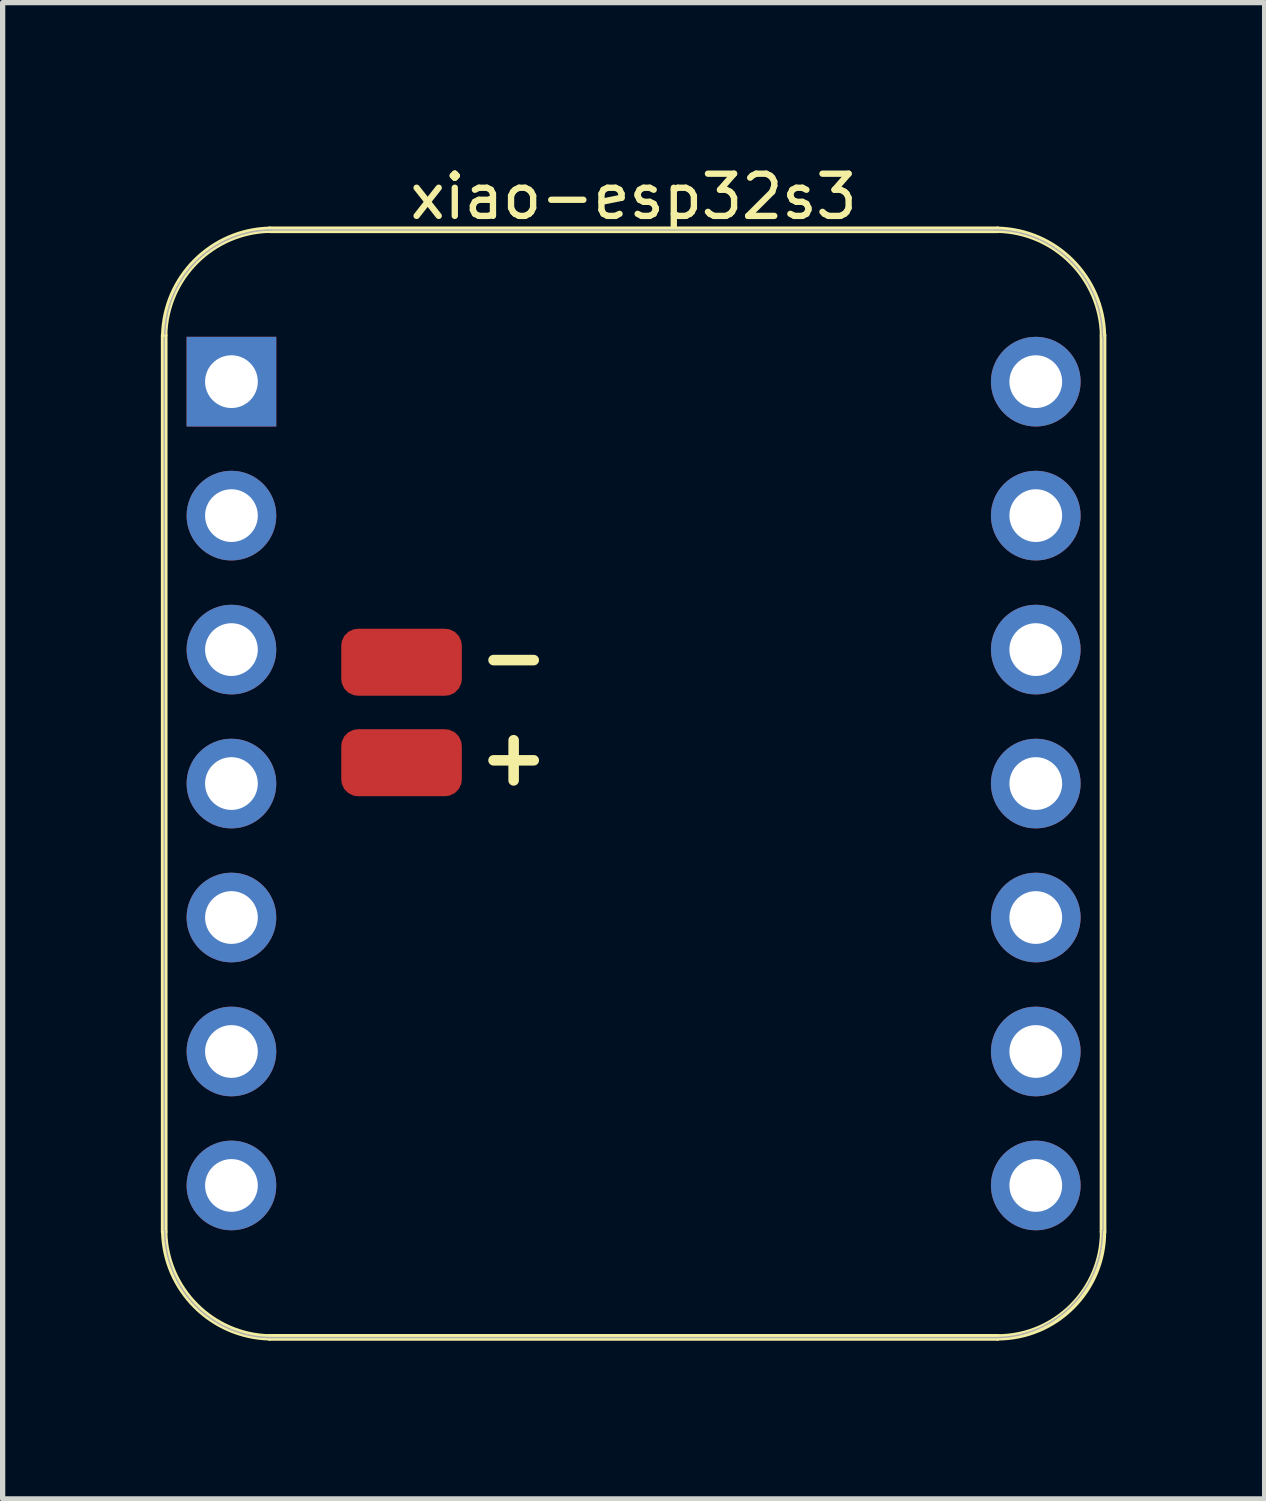
<source format=kicad_pcb>
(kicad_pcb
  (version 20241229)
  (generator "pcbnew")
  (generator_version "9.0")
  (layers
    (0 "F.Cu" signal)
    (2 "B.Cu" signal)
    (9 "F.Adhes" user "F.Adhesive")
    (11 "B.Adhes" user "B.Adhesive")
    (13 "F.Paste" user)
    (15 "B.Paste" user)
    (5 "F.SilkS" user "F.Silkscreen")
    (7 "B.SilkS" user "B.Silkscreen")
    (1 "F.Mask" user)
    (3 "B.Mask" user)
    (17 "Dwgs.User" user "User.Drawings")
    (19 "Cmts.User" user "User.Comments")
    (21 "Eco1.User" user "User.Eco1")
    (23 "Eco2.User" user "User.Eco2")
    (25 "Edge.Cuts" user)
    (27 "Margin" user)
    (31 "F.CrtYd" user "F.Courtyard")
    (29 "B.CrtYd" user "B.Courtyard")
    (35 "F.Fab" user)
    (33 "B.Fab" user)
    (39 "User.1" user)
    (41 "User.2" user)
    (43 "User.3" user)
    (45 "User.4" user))
  (footprint "xiao-esp32s3"
    (layer "F.Cu")
    (at 8.963 11.806)
    (property "Reference" "xiao-esp32s3" (at 0 -11.127 0) (layer "F.SilkS") (effects (font (size 0.8 0.8) (thickness 0.12) (bold yes))))
    (attr smd)
    (fp_line (start -8.9 -8.5) (end -8.9 8.5) (stroke (width 0.127) (type solid)) (layer "F.SilkS"))
    (fp_line (start -6.9 10.5) (end 6.9 10.5) (stroke (width 0.127) (type solid)) (layer "F.SilkS"))
    (fp_line (start 6.9 -10.499) (end -6.9 -10.499) (stroke (width 0.127) (type solid)) (layer "F.SilkS"))
    (fp_line (start 8.9 8.5) (end 8.9 -8.5) (stroke (width 0.127) (type solid)) (layer "F.SilkS"))
    (fp_arc (start -8.9 -8.5) (mid -8.301491 -9.901491) (end -6.9 -10.5) (stroke (width 0.12) (type solid)) (layer "F.SilkS"))
    (fp_arc (start -6.9 10.5) (mid -8.301423 9.901423) (end -8.9 8.5) (stroke (width 0.12) (type solid)) (layer "F.SilkS"))
    (fp_arc (start 6.9 -10.5) (mid 8.301494 -9.901494) (end 8.9 -8.5) (stroke (width 0.12) (type solid)) (layer "F.SilkS"))
    (fp_arc (start 8.9 8.5) (mid 8.314214 9.914214) (end 6.9 10.5) (stroke (width 0.12) (type solid)) (layer "F.SilkS"))
    (fp_poly (pts (xy -8.888 -8.562) (xy -8.885 -8.61) (xy -8.881 -8.659)) (stroke (width 0.025) (type solid)) (fill no) (layer "F.SilkS"))
    (fp_poly (pts (xy 8.889 8.522) (xy 8.888 8.571) (xy 8.885 8.62) (xy 8.881 8.669) (xy 8.875 8.717) (xy 8.869 8.766) (xy 8.861 8.815) (xy 8.852 8.863) (xy 8.842 8.911)) (stroke (width 0.025) (type solid)) (fill no) (layer "F.SilkS"))
    (fp_line (start -8.9 -8.463) (end -8.9 8.473) (stroke (width 0.025) (type solid)) (layer "F.Fab"))
    (fp_line (start -8.89 8.473) (end -8.889 8.522) (stroke (width 0.025) (type solid)) (layer "F.Fab"))
    (fp_line (start -8.889 8.522) (end -8.888 8.571) (stroke (width 0.025) (type solid)) (layer "F.Fab"))
    (fp_line (start -8.888 -8.562) (end -8.889 -8.512) (stroke (width 0.025) (type solid)) (layer "F.Fab"))
    (fp_line (start -8.888 8.571) (end -8.885 8.62) (stroke (width 0.025) (type solid)) (layer "F.Fab"))
    (fp_line (start -8.885 -8.61) (end -8.888 -8.562) (stroke (width 0.025) (type solid)) (layer "F.Fab"))
    (fp_line (start -8.885 8.62) (end -8.881 8.669) (stroke (width 0.025) (type solid)) (layer "F.Fab"))
    (fp_line (start -8.881 -8.659) (end -8.885 -8.61) (stroke (width 0.025) (type solid)) (layer "F.Fab"))
    (fp_line (start -8.881 8.669) (end -8.875 8.717) (stroke (width 0.025) (type solid)) (layer "F.Fab"))
    (fp_line (start -8.875 -8.708) (end -8.881 -8.659) (stroke (width 0.025) (type solid)) (layer "F.Fab"))
    (fp_line (start -8.875 8.717) (end -8.869 8.766) (stroke (width 0.025) (type solid)) (layer "F.Fab"))
    (fp_line (start -8.869 -8.757) (end -8.875 -8.708) (stroke (width 0.025) (type solid)) (layer "F.Fab"))
    (fp_line (start -8.869 8.766) (end -8.861 8.815) (stroke (width 0.025) (type solid)) (layer "F.Fab"))
    (fp_line (start -8.861 -8.806) (end -8.869 -8.757) (stroke (width 0.025) (type solid)) (layer "F.Fab"))
    (fp_line (start -8.861 8.815) (end -8.852 8.863) (stroke (width 0.025) (type solid)) (layer "F.Fab"))
    (fp_line (start -8.852 -8.854) (end -8.861 -8.806) (stroke (width 0.025) (type solid)) (layer "F.Fab"))
    (fp_line (start -8.852 8.863) (end -8.842 8.911) (stroke (width 0.025) (type solid)) (layer "F.Fab"))
    (fp_line (start -8.842 -8.902) (end -8.852 -8.854) (stroke (width 0.025) (type solid)) (layer "F.Fab"))
    (fp_line (start -8.842 8.911) (end -8.831 8.959) (stroke (width 0.025) (type solid)) (layer "F.Fab"))
    (fp_line (start -8.831 -8.95) (end -8.842 -8.902) (stroke (width 0.025) (type solid)) (layer "F.Fab"))
    (fp_line (start -8.831 8.959) (end -8.819 9.006) (stroke (width 0.025) (type solid)) (layer "F.Fab"))
    (fp_line (start -8.819 -8.997) (end -8.831 -8.95) (stroke (width 0.025) (type solid)) (layer "F.Fab"))
    (fp_line (start -8.819 9.006) (end -8.805 9.054) (stroke (width 0.025) (type solid)) (layer "F.Fab"))
    (fp_line (start -8.805 -9.045) (end -8.819 -8.997) (stroke (width 0.025) (type solid)) (layer "F.Fab"))
    (fp_line (start -8.805 9.054) (end -8.79 9.1) (stroke (width 0.025) (type solid)) (layer "F.Fab"))
    (fp_line (start -8.79 -9.091) (end -8.805 -9.045) (stroke (width 0.025) (type solid)) (layer "F.Fab"))
    (fp_line (start -8.79 9.1) (end -8.775 9.147) (stroke (width 0.025) (type solid)) (layer "F.Fab"))
    (fp_line (start -8.775 -9.138) (end -8.79 -9.091) (stroke (width 0.025) (type solid)) (layer "F.Fab"))
    (fp_line (start -8.775 9.147) (end -8.758 9.193) (stroke (width 0.025) (type solid)) (layer "F.Fab"))
    (fp_line (start -8.758 -9.184) (end -8.775 -9.138) (stroke (width 0.025) (type solid)) (layer "F.Fab"))
    (fp_line (start -8.758 9.193) (end -8.74 9.239) (stroke (width 0.025) (type solid)) (layer "F.Fab"))
    (fp_line (start -8.74 -9.23) (end -8.758 -9.184) (stroke (width 0.025) (type solid)) (layer "F.Fab"))
    (fp_line (start -8.74 9.239) (end -8.721 9.284) (stroke (width 0.025) (type solid)) (layer "F.Fab"))
    (fp_line (start -8.721 -9.275) (end -8.74 -9.23) (stroke (width 0.025) (type solid)) (layer "F.Fab"))
    (fp_line (start -8.721 9.284) (end -8.701 9.329) (stroke (width 0.025) (type solid)) (layer "F.Fab"))
    (fp_line (start -8.701 -9.32) (end -8.721 -9.275) (stroke (width 0.025) (type solid)) (layer "F.Fab"))
    (fp_line (start -8.701 9.329) (end -8.679 9.373) (stroke (width 0.025) (type solid)) (layer "F.Fab"))
    (fp_line (start -8.679 -9.364) (end -8.701 -9.32) (stroke (width 0.025) (type solid)) (layer "F.Fab"))
    (fp_line (start -8.679 9.373) (end -8.657 9.417) (stroke (width 0.025) (type solid)) (layer "F.Fab"))
    (fp_line (start -8.657 -9.408) (end -8.679 -9.364) (stroke (width 0.025) (type solid)) (layer "F.Fab"))
    (fp_line (start -8.657 9.417) (end -8.634 9.46) (stroke (width 0.025) (type solid)) (layer "F.Fab"))
    (fp_line (start -8.634 -9.451) (end -8.657 -9.408) (stroke (width 0.025) (type solid)) (layer "F.Fab"))
    (fp_line (start -8.634 9.46) (end -8.61 9.503) (stroke (width 0.025) (type solid)) (layer "F.Fab"))
    (fp_line (start -8.61 -9.494) (end -8.634 -9.451) (stroke (width 0.025) (type solid)) (layer "F.Fab"))
    (fp_line (start -8.61 9.503) (end -8.584 9.545) (stroke (width 0.025) (type solid)) (layer "F.Fab"))
    (fp_line (start -8.584 -9.536) (end -8.61 -9.494) (stroke (width 0.025) (type solid)) (layer "F.Fab"))
    (fp_line (start -8.584 9.545) (end -8.558 9.586) (stroke (width 0.025) (type solid)) (layer "F.Fab"))
    (fp_line (start -8.558 -9.577) (end -8.584 -9.536) (stroke (width 0.025) (type solid)) (layer "F.Fab"))
    (fp_line (start -8.558 9.586) (end -8.53 9.627) (stroke (width 0.025) (type solid)) (layer "F.Fab"))
    (fp_line (start -8.53 -9.618) (end -8.558 -9.577) (stroke (width 0.025) (type solid)) (layer "F.Fab"))
    (fp_line (start -8.53 9.627) (end -8.502 9.667) (stroke (width 0.025) (type solid)) (layer "F.Fab"))
    (fp_line (start -8.502 -9.658) (end -8.53 -9.618) (stroke (width 0.025) (type solid)) (layer "F.Fab"))
    (fp_line (start -8.502 9.667) (end -8.473 9.706) (stroke (width 0.025) (type solid)) (layer "F.Fab"))
    (fp_line (start -8.473 -9.697) (end -8.502 -9.658) (stroke (width 0.025) (type solid)) (layer "F.Fab"))
    (fp_line (start -8.473 9.706) (end -8.442 9.745) (stroke (width 0.025) (type solid)) (layer "F.Fab"))
    (fp_line (start -8.442 -9.736) (end -8.473 -9.697) (stroke (width 0.025) (type solid)) (layer "F.Fab"))
    (fp_line (start -8.442 9.745) (end -8.411 9.783) (stroke (width 0.025) (type solid)) (layer "F.Fab"))
    (fp_line (start -8.411 -9.774) (end -8.442 -9.736) (stroke (width 0.025) (type solid)) (layer "F.Fab"))
    (fp_line (start -8.411 9.783) (end -8.379 9.82) (stroke (width 0.025) (type solid)) (layer "F.Fab"))
    (fp_line (start -8.379 -9.811) (end -8.411 -9.774) (stroke (width 0.025) (type solid)) (layer "F.Fab"))
    (fp_line (start -8.379 9.82) (end -8.346 9.856) (stroke (width 0.025) (type solid)) (layer "F.Fab"))
    (fp_line (start -8.346 -9.847) (end -8.379 -9.811) (stroke (width 0.025) (type solid)) (layer "F.Fab"))
    (fp_line (start -8.346 9.856) (end -8.312 9.892) (stroke (width 0.025) (type solid)) (layer "F.Fab"))
    (fp_line (start -8.312 -9.883) (end -8.346 -9.847) (stroke (width 0.025) (type solid)) (layer "F.Fab"))
    (fp_line (start -8.312 9.892) (end -8.277 9.927) (stroke (width 0.025) (type solid)) (layer "F.Fab"))
    (fp_line (start -8.277 -9.918) (end -8.312 -9.883) (stroke (width 0.025) (type solid)) (layer "F.Fab"))
    (fp_line (start -8.277 9.927) (end -8.242 9.96) (stroke (width 0.025) (type solid)) (layer "F.Fab"))
    (fp_line (start -8.242 -9.951) (end -8.277 -9.918) (stroke (width 0.025) (type solid)) (layer "F.Fab"))
    (fp_line (start -8.242 9.96) (end -8.205 9.994) (stroke (width 0.025) (type solid)) (layer "F.Fab"))
    (fp_line (start -8.205 -9.984) (end -8.242 -9.951) (stroke (width 0.025) (type solid)) (layer "F.Fab"))
    (fp_line (start -8.205 9.994) (end -8.168 10.026) (stroke (width 0.025) (type solid)) (layer "F.Fab"))
    (fp_line (start -8.168 -10.017) (end -8.205 -9.984) (stroke (width 0.025) (type solid)) (layer "F.Fab"))
    (fp_line (start -8.168 10.026) (end -8.13 10.057) (stroke (width 0.025) (type solid)) (layer "F.Fab"))
    (fp_line (start -8.13 -10.048) (end -8.168 -10.017) (stroke (width 0.025) (type solid)) (layer "F.Fab"))
    (fp_line (start -8.13 10.057) (end -8.092 10.087) (stroke (width 0.025) (type solid)) (layer "F.Fab"))
    (fp_line (start -8.092 -10.078) (end -8.13 -10.048) (stroke (width 0.025) (type solid)) (layer "F.Fab"))
    (fp_line (start -8.092 10.087) (end -8.052 10.116) (stroke (width 0.025) (type solid)) (layer "F.Fab"))
    (fp_line (start -8.052 -10.107) (end -8.092 -10.078) (stroke (width 0.025) (type solid)) (layer "F.Fab"))
    (fp_line (start -8.052 10.116) (end -8.012 10.145) (stroke (width 0.025) (type solid)) (layer "F.Fab"))
    (fp_line (start -8.012 -10.136) (end -8.052 -10.107) (stroke (width 0.025) (type solid)) (layer "F.Fab"))
    (fp_line (start -8.012 10.145) (end -7.972 10.172) (stroke (width 0.025) (type solid)) (layer "F.Fab"))
    (fp_line (start -7.972 -10.163) (end -8.012 -10.136) (stroke (width 0.025) (type solid)) (layer "F.Fab"))
    (fp_line (start -7.972 10.172) (end -7.93 10.199) (stroke (width 0.025) (type solid)) (layer "F.Fab"))
    (fp_line (start -7.93 -10.19) (end -7.972 -10.163) (stroke (width 0.025) (type solid)) (layer "F.Fab"))
    (fp_line (start -7.93 10.199) (end -7.888 10.224) (stroke (width 0.025) (type solid)) (layer "F.Fab"))
    (fp_line (start -7.888 -10.215) (end -7.93 -10.19) (stroke (width 0.025) (type solid)) (layer "F.Fab"))
    (fp_line (start -7.888 10.224) (end -7.846 10.249) (stroke (width 0.025) (type solid)) (layer "F.Fab"))
    (fp_line (start -7.846 -10.239) (end -7.888 -10.215) (stroke (width 0.025) (type solid)) (layer "F.Fab"))
    (fp_line (start -7.846 10.249) (end -7.802 10.272) (stroke (width 0.025) (type solid)) (layer "F.Fab"))
    (fp_line (start -7.802 -10.263) (end -7.846 -10.239) (stroke (width 0.025) (type solid)) (layer "F.Fab"))
    (fp_line (start -7.802 10.272) (end -7.759 10.294) (stroke (width 0.025) (type solid)) (layer "F.Fab"))
    (fp_line (start -7.759 -10.285) (end -7.802 -10.263) (stroke (width 0.025) (type solid)) (layer "F.Fab"))
    (fp_line (start -7.759 10.294) (end -7.714 10.315) (stroke (width 0.025) (type solid)) (layer "F.Fab"))
    (fp_line (start -7.714 -10.306) (end -7.759 -10.285) (stroke (width 0.025) (type solid)) (layer "F.Fab"))
    (fp_line (start -7.714 10.315) (end -7.67 10.335) (stroke (width 0.025) (type solid)) (layer "F.Fab"))
    (fp_line (start -7.67 -10.326) (end -7.714 -10.306) (stroke (width 0.025) (type solid)) (layer "F.Fab"))
    (fp_line (start -7.67 10.335) (end -7.624 10.354) (stroke (width 0.025) (type solid)) (layer "F.Fab"))
    (fp_line (start -7.624 -10.345) (end -7.67 -10.326) (stroke (width 0.025) (type solid)) (layer "F.Fab"))
    (fp_line (start -7.624 10.354) (end -7.579 10.372) (stroke (width 0.025) (type solid)) (layer "F.Fab"))
    (fp_line (start -7.579 -10.363) (end -7.624 -10.345) (stroke (width 0.025) (type solid)) (layer "F.Fab"))
    (fp_line (start -7.579 10.372) (end -7.532 10.389) (stroke (width 0.025) (type solid)) (layer "F.Fab"))
    (fp_line (start -7.532 -10.38) (end -7.579 -10.363) (stroke (width 0.025) (type solid)) (layer "F.Fab"))
    (fp_line (start -7.532 10.389) (end -7.486 10.405) (stroke (width 0.025) (type solid)) (layer "F.Fab"))
    (fp_line (start -7.486 -10.396) (end -7.532 -10.38) (stroke (width 0.025) (type solid)) (layer "F.Fab"))
    (fp_line (start -7.486 10.405) (end -7.439 10.42) (stroke (width 0.025) (type solid)) (layer "F.Fab"))
    (fp_line (start -7.439 -10.411) (end -7.486 -10.396) (stroke (width 0.025) (type solid)) (layer "F.Fab"))
    (fp_line (start -7.439 10.42) (end -7.392 10.433) (stroke (width 0.025) (type solid)) (layer "F.Fab"))
    (fp_line (start -7.392 -10.424) (end -7.439 -10.411) (stroke (width 0.025) (type solid)) (layer "F.Fab"))
    (fp_line (start -7.392 10.433) (end -7.344 10.446) (stroke (width 0.025) (type solid)) (layer "F.Fab"))
    (fp_line (start -7.344 -10.436) (end -7.392 -10.424) (stroke (width 0.025) (type solid)) (layer "F.Fab"))
    (fp_line (start -7.344 10.446) (end -7.296 10.457) (stroke (width 0.025) (type solid)) (layer "F.Fab"))
    (fp_line (start -7.296 -10.448) (end -7.344 -10.436) (stroke (width 0.025) (type solid)) (layer "F.Fab"))
    (fp_line (start -7.296 10.457) (end -7.248 10.467) (stroke (width 0.025) (type solid)) (layer "F.Fab"))
    (fp_line (start -7.248 -10.458) (end -7.296 -10.448) (stroke (width 0.025) (type solid)) (layer "F.Fab"))
    (fp_line (start -7.248 10.467) (end -7.2 10.476) (stroke (width 0.025) (type solid)) (layer "F.Fab"))
    (fp_line (start -7.2 -10.466) (end -7.248 -10.458) (stroke (width 0.025) (type solid)) (layer "F.Fab"))
    (fp_line (start -7.2 10.476) (end -7.152 10.483) (stroke (width 0.025) (type solid)) (layer "F.Fab"))
    (fp_line (start -7.152 -10.474) (end -7.2 -10.466) (stroke (width 0.025) (type solid)) (layer "F.Fab"))
    (fp_line (start -7.152 10.483) (end -7.103 10.49) (stroke (width 0.025) (type solid)) (layer "F.Fab"))
    (fp_line (start -7.103 -10.481) (end -7.152 -10.474) (stroke (width 0.025) (type solid)) (layer "F.Fab"))
    (fp_line (start -7.103 10.49) (end -7.054 10.495) (stroke (width 0.025) (type solid)) (layer "F.Fab"))
    (fp_line (start -7.054 -10.486) (end -7.103 -10.481) (stroke (width 0.025) (type solid)) (layer "F.Fab"))
    (fp_line (start -7.054 10.495) (end -7.005 10.499) (stroke (width 0.025) (type solid)) (layer "F.Fab"))
    (fp_line (start -7.005 -10.49) (end -7.054 -10.486) (stroke (width 0.025) (type solid)) (layer "F.Fab"))
    (fp_line (start -7.005 10.499) (end -6.956 10.502) (stroke (width 0.025) (type solid)) (layer "F.Fab"))
    (fp_line (start -6.956 -10.493) (end -7.005 -10.49) (stroke (width 0.025) (type solid)) (layer "F.Fab"))
    (fp_line (start -6.956 10.502) (end -6.907 10.504) (stroke (width 0.025) (type solid)) (layer "F.Fab"))
    (fp_line (start -6.907 -10.495) (end -6.956 -10.493) (stroke (width 0.025) (type solid)) (layer "F.Fab"))
    (fp_line (start -6.907 10.504) (end -6.858 10.505) (stroke (width 0.025) (type solid)) (layer "F.Fab"))
    (fp_line (start -6.858 -10.495) (end -6.907 -10.495) (stroke (width 0.025) (type solid)) (layer "F.Fab"))
    (fp_line (start -6.858 10.505) (end 6.858 10.505) (stroke (width 0.025) (type solid)) (layer "F.Fab"))
    (fp_line (start 6.858 -10.495) (end -6.858 -10.495) (stroke (width 0.025) (type solid)) (layer "F.Fab"))
    (fp_line (start 6.858 10.505) (end 6.907 10.504) (stroke (width 0.025) (type solid)) (layer "F.Fab"))
    (fp_line (start 6.907 -10.495) (end 6.858 -10.495) (stroke (width 0.025) (type solid)) (layer "F.Fab"))
    (fp_line (start 6.907 10.504) (end 6.956 10.502) (stroke (width 0.025) (type solid)) (layer "F.Fab"))
    (fp_line (start 6.956 -10.493) (end 6.907 -10.495) (stroke (width 0.025) (type solid)) (layer "F.Fab"))
    (fp_line (start 6.956 10.502) (end 7.005 10.499) (stroke (width 0.025) (type solid)) (layer "F.Fab"))
    (fp_line (start 7.005 -10.49) (end 6.956 -10.493) (stroke (width 0.025) (type solid)) (layer "F.Fab"))
    (fp_line (start 7.005 10.499) (end 7.054 10.495) (stroke (width 0.025) (type solid)) (layer "F.Fab"))
    (fp_line (start 7.054 -10.486) (end 7.005 -10.49) (stroke (width 0.025) (type solid)) (layer "F.Fab"))
    (fp_line (start 7.054 10.495) (end 7.103 10.49) (stroke (width 0.025) (type solid)) (layer "F.Fab"))
    (fp_line (start 7.103 -10.481) (end 7.054 -10.486) (stroke (width 0.025) (type solid)) (layer "F.Fab"))
    (fp_line (start 7.103 10.49) (end 7.152 10.483) (stroke (width 0.025) (type solid)) (layer "F.Fab"))
    (fp_line (start 7.152 -10.474) (end 7.103 -10.481) (stroke (width 0.025) (type solid)) (layer "F.Fab"))
    (fp_line (start 7.152 10.483) (end 7.2 10.476) (stroke (width 0.025) (type solid)) (layer "F.Fab"))
    (fp_line (start 7.2 -10.466) (end 7.152 -10.474) (stroke (width 0.025) (type solid)) (layer "F.Fab"))
    (fp_line (start 7.2 10.476) (end 7.248 10.467) (stroke (width 0.025) (type solid)) (layer "F.Fab"))
    (fp_line (start 7.248 -10.458) (end 7.2 -10.466) (stroke (width 0.025) (type solid)) (layer "F.Fab"))
    (fp_line (start 7.248 10.467) (end 7.296 10.457) (stroke (width 0.025) (type solid)) (layer "F.Fab"))
    (fp_line (start 7.296 -10.448) (end 7.248 -10.458) (stroke (width 0.025) (type solid)) (layer "F.Fab"))
    (fp_line (start 7.296 10.457) (end 7.344 10.446) (stroke (width 0.025) (type solid)) (layer "F.Fab"))
    (fp_line (start 7.344 -10.436) (end 7.296 -10.448) (stroke (width 0.025) (type solid)) (layer "F.Fab"))
    (fp_line (start 7.344 10.446) (end 7.392 10.433) (stroke (width 0.025) (type solid)) (layer "F.Fab"))
    (fp_line (start 7.392 -10.424) (end 7.344 -10.436) (stroke (width 0.025) (type solid)) (layer "F.Fab"))
    (fp_line (start 7.392 10.433) (end 7.439 10.42) (stroke (width 0.025) (type solid)) (layer "F.Fab"))
    (fp_line (start 7.439 -10.411) (end 7.392 -10.424) (stroke (width 0.025) (type solid)) (layer "F.Fab"))
    (fp_line (start 7.439 10.42) (end 7.486 10.405) (stroke (width 0.025) (type solid)) (layer "F.Fab"))
    (fp_line (start 7.486 -10.396) (end 7.439 -10.411) (stroke (width 0.025) (type solid)) (layer "F.Fab"))
    (fp_line (start 7.486 10.405) (end 7.532 10.389) (stroke (width 0.025) (type solid)) (layer "F.Fab"))
    (fp_line (start 7.532 -10.38) (end 7.486 -10.396) (stroke (width 0.025) (type solid)) (layer "F.Fab"))
    (fp_line (start 7.532 10.389) (end 7.579 10.372) (stroke (width 0.025) (type solid)) (layer "F.Fab"))
    (fp_line (start 7.579 -10.363) (end 7.532 -10.38) (stroke (width 0.025) (type solid)) (layer "F.Fab"))
    (fp_line (start 7.579 10.372) (end 7.624 10.354) (stroke (width 0.025) (type solid)) (layer "F.Fab"))
    (fp_line (start 7.624 -10.345) (end 7.579 -10.363) (stroke (width 0.025) (type solid)) (layer "F.Fab"))
    (fp_line (start 7.624 10.354) (end 7.67 10.335) (stroke (width 0.025) (type solid)) (layer "F.Fab"))
    (fp_line (start 7.67 -10.326) (end 7.624 -10.345) (stroke (width 0.025) (type solid)) (layer "F.Fab"))
    (fp_line (start 7.67 10.335) (end 7.714 10.315) (stroke (width 0.025) (type solid)) (layer "F.Fab"))
    (fp_line (start 7.714 -10.306) (end 7.67 -10.326) (stroke (width 0.025) (type solid)) (layer "F.Fab"))
    (fp_line (start 7.714 10.315) (end 7.759 10.294) (stroke (width 0.025) (type solid)) (layer "F.Fab"))
    (fp_line (start 7.759 -10.285) (end 7.714 -10.306) (stroke (width 0.025) (type solid)) (layer "F.Fab"))
    (fp_line (start 7.759 10.294) (end 7.802 10.272) (stroke (width 0.025) (type solid)) (layer "F.Fab"))
    (fp_line (start 7.802 -10.263) (end 7.759 -10.285) (stroke (width 0.025) (type solid)) (layer "F.Fab"))
    (fp_line (start 7.802 10.272) (end 7.846 10.249) (stroke (width 0.025) (type solid)) (layer "F.Fab"))
    (fp_line (start 7.846 -10.239) (end 7.802 -10.263) (stroke (width 0.025) (type solid)) (layer "F.Fab"))
    (fp_line (start 7.846 10.249) (end 7.888 10.224) (stroke (width 0.025) (type solid)) (layer "F.Fab"))
    (fp_line (start 7.888 -10.215) (end 7.846 -10.239) (stroke (width 0.025) (type solid)) (layer "F.Fab"))
    (fp_line (start 7.888 10.224) (end 7.93 10.199) (stroke (width 0.025) (type solid)) (layer "F.Fab"))
    (fp_line (start 7.93 -10.19) (end 7.888 -10.215) (stroke (width 0.025) (type solid)) (layer "F.Fab"))
    (fp_line (start 7.93 10.199) (end 7.972 10.172) (stroke (width 0.025) (type solid)) (layer "F.Fab"))
    (fp_line (start 7.972 -10.163) (end 7.93 -10.19) (stroke (width 0.025) (type solid)) (layer "F.Fab"))
    (fp_line (start 7.972 10.172) (end 8.012 10.145) (stroke (width 0.025) (type solid)) (layer "F.Fab"))
    (fp_line (start 8.012 -10.136) (end 7.972 -10.163) (stroke (width 0.025) (type solid)) (layer "F.Fab"))
    (fp_line (start 8.012 10.145) (end 8.052 10.116) (stroke (width 0.025) (type solid)) (layer "F.Fab"))
    (fp_line (start 8.052 -10.107) (end 8.012 -10.136) (stroke (width 0.025) (type solid)) (layer "F.Fab"))
    (fp_line (start 8.052 10.116) (end 8.092 10.087) (stroke (width 0.025) (type solid)) (layer "F.Fab"))
    (fp_line (start 8.092 -10.078) (end 8.052 -10.107) (stroke (width 0.025) (type solid)) (layer "F.Fab"))
    (fp_line (start 8.092 10.087) (end 8.13 10.057) (stroke (width 0.025) (type solid)) (layer "F.Fab"))
    (fp_line (start 8.13 -10.048) (end 8.092 -10.078) (stroke (width 0.025) (type solid)) (layer "F.Fab"))
    (fp_line (start 8.13 10.057) (end 8.168 10.026) (stroke (width 0.025) (type solid)) (layer "F.Fab"))
    (fp_line (start 8.168 -10.017) (end 8.13 -10.048) (stroke (width 0.025) (type solid)) (layer "F.Fab"))
    (fp_line (start 8.168 10.026) (end 8.205 9.994) (stroke (width 0.025) (type solid)) (layer "F.Fab"))
    (fp_line (start 8.205 -9.984) (end 8.168 -10.017) (stroke (width 0.025) (type solid)) (layer "F.Fab"))
    (fp_line (start 8.205 9.994) (end 8.242 9.96) (stroke (width 0.025) (type solid)) (layer "F.Fab"))
    (fp_line (start 8.242 -9.951) (end 8.205 -9.984) (stroke (width 0.025) (type solid)) (layer "F.Fab"))
    (fp_line (start 8.242 9.96) (end 8.277 9.927) (stroke (width 0.025) (type solid)) (layer "F.Fab"))
    (fp_line (start 8.277 -9.918) (end 8.242 -9.951) (stroke (width 0.025) (type solid)) (layer "F.Fab"))
    (fp_line (start 8.277 9.927) (end 8.312 9.892) (stroke (width 0.025) (type solid)) (layer "F.Fab"))
    (fp_line (start 8.312 -9.883) (end 8.277 -9.918) (stroke (width 0.025) (type solid)) (layer "F.Fab"))
    (fp_line (start 8.312 9.892) (end 8.346 9.856) (stroke (width 0.025) (type solid)) (layer "F.Fab"))
    (fp_line (start 8.346 -9.847) (end 8.312 -9.883) (stroke (width 0.025) (type solid)) (layer "F.Fab"))
    (fp_line (start 8.346 9.856) (end 8.379 9.82) (stroke (width 0.025) (type solid)) (layer "F.Fab"))
    (fp_line (start 8.379 -9.811) (end 8.346 -9.847) (stroke (width 0.025) (type solid)) (layer "F.Fab"))
    (fp_line (start 8.379 9.82) (end 8.411 9.783) (stroke (width 0.025) (type solid)) (layer "F.Fab"))
    (fp_line (start 8.411 -9.774) (end 8.379 -9.811) (stroke (width 0.025) (type solid)) (layer "F.Fab"))
    (fp_line (start 8.411 9.783) (end 8.442 9.745) (stroke (width 0.025) (type solid)) (layer "F.Fab"))
    (fp_line (start 8.442 -9.736) (end 8.411 -9.774) (stroke (width 0.025) (type solid)) (layer "F.Fab"))
    (fp_line (start 8.442 9.745) (end 8.473 9.706) (stroke (width 0.025) (type solid)) (layer "F.Fab"))
    (fp_line (start 8.473 -9.697) (end 8.442 -9.736) (stroke (width 0.025) (type solid)) (layer "F.Fab"))
    (fp_line (start 8.473 9.706) (end 8.502 9.667) (stroke (width 0.025) (type solid)) (layer "F.Fab"))
    (fp_line (start 8.502 -9.658) (end 8.473 -9.697) (stroke (width 0.025) (type solid)) (layer "F.Fab"))
    (fp_line (start 8.502 9.667) (end 8.53 9.627) (stroke (width 0.025) (type solid)) (layer "F.Fab"))
    (fp_line (start 8.53 -9.618) (end 8.502 -9.658) (stroke (width 0.025) (type solid)) (layer "F.Fab"))
    (fp_line (start 8.53 9.627) (end 8.558 9.586) (stroke (width 0.025) (type solid)) (layer "F.Fab"))
    (fp_line (start 8.558 -9.577) (end 8.53 -9.618) (stroke (width 0.025) (type solid)) (layer "F.Fab"))
    (fp_line (start 8.558 9.586) (end 8.584 9.545) (stroke (width 0.025) (type solid)) (layer "F.Fab"))
    (fp_line (start 8.584 -9.536) (end 8.558 -9.577) (stroke (width 0.025) (type solid)) (layer "F.Fab"))
    (fp_line (start 8.584 9.545) (end 8.61 9.503) (stroke (width 0.025) (type solid)) (layer "F.Fab"))
    (fp_line (start 8.61 -9.494) (end 8.584 -9.536) (stroke (width 0.025) (type solid)) (layer "F.Fab"))
    (fp_line (start 8.61 9.503) (end 8.634 9.46) (stroke (width 0.025) (type solid)) (layer "F.Fab"))
    (fp_line (start 8.634 -9.451) (end 8.61 -9.494) (stroke (width 0.025) (type solid)) (layer "F.Fab"))
    (fp_line (start 8.634 9.46) (end 8.657 9.417) (stroke (width 0.025) (type solid)) (layer "F.Fab"))
    (fp_line (start 8.657 -9.408) (end 8.634 -9.451) (stroke (width 0.025) (type solid)) (layer "F.Fab"))
    (fp_line (start 8.657 9.417) (end 8.679 9.373) (stroke (width 0.025) (type solid)) (layer "F.Fab"))
    (fp_line (start 8.679 -9.364) (end 8.657 -9.408) (stroke (width 0.025) (type solid)) (layer "F.Fab"))
    (fp_line (start 8.679 9.373) (end 8.701 9.329) (stroke (width 0.025) (type solid)) (layer "F.Fab"))
    (fp_line (start 8.701 -9.32) (end 8.679 -9.364) (stroke (width 0.025) (type solid)) (layer "F.Fab"))
    (fp_line (start 8.701 9.329) (end 8.721 9.284) (stroke (width 0.025) (type solid)) (layer "F.Fab"))
    (fp_line (start 8.721 -9.275) (end 8.701 -9.32) (stroke (width 0.025) (type solid)) (layer "F.Fab"))
    (fp_line (start 8.721 9.284) (end 8.74 9.239) (stroke (width 0.025) (type solid)) (layer "F.Fab"))
    (fp_line (start 8.74 -9.23) (end 8.721 -9.275) (stroke (width 0.025) (type solid)) (layer "F.Fab"))
    (fp_line (start 8.74 9.239) (end 8.758 9.193) (stroke (width 0.025) (type solid)) (layer "F.Fab"))
    (fp_line (start 8.758 -9.184) (end 8.74 -9.23) (stroke (width 0.025) (type solid)) (layer "F.Fab"))
    (fp_line (start 8.758 9.193) (end 8.775 9.147) (stroke (width 0.025) (type solid)) (layer "F.Fab"))
    (fp_line (start 8.775 -9.138) (end 8.758 -9.184) (stroke (width 0.025) (type solid)) (layer "F.Fab"))
    (fp_line (start 8.775 9.147) (end 8.79 9.1) (stroke (width 0.025) (type solid)) (layer "F.Fab"))
    (fp_line (start 8.79 -9.091) (end 8.775 -9.138) (stroke (width 0.025) (type solid)) (layer "F.Fab"))
    (fp_line (start 8.79 9.1) (end 8.805 9.054) (stroke (width 0.025) (type solid)) (layer "F.Fab"))
    (fp_line (start 8.805 -9.045) (end 8.79 -9.091) (stroke (width 0.025) (type solid)) (layer "F.Fab"))
    (fp_line (start 8.805 9.054) (end 8.819 9.006) (stroke (width 0.025) (type solid)) (layer "F.Fab"))
    (fp_line (start 8.819 -8.997) (end 8.805 -9.045) (stroke (width 0.025) (type solid)) (layer "F.Fab"))
    (fp_line (start 8.819 9.006) (end 8.831 8.959) (stroke (width 0.025) (type solid)) (layer "F.Fab"))
    (fp_line (start 8.831 -8.95) (end 8.819 -8.997) (stroke (width 0.025) (type solid)) (layer "F.Fab"))
    (fp_line (start 8.831 8.959) (end 8.842 8.911) (stroke (width 0.025) (type solid)) (layer "F.Fab"))
    (fp_line (start 8.842 -8.902) (end 8.831 -8.95) (stroke (width 0.025) (type solid)) (layer "F.Fab"))
    (fp_line (start 8.842 8.911) (end 8.852 8.863) (stroke (width 0.025) (type solid)) (layer "F.Fab"))
    (fp_line (start 8.852 -8.854) (end 8.842 -8.902) (stroke (width 0.025) (type solid)) (layer "F.Fab"))
    (fp_line (start 8.852 8.863) (end 8.861 8.815) (stroke (width 0.025) (type solid)) (layer "F.Fab"))
    (fp_line (start 8.861 -8.806) (end 8.852 -8.854) (stroke (width 0.025) (type solid)) (layer "F.Fab"))
    (fp_line (start 8.861 8.815) (end 8.869 8.766) (stroke (width 0.025) (type solid)) (layer "F.Fab"))
    (fp_line (start 8.869 -8.757) (end 8.861 -8.806) (stroke (width 0.025) (type solid)) (layer "F.Fab"))
    (fp_line (start 8.869 8.766) (end 8.875 8.717) (stroke (width 0.025) (type solid)) (layer "F.Fab"))
    (fp_line (start 8.875 -8.708) (end 8.869 -8.757) (stroke (width 0.025) (type solid)) (layer "F.Fab"))
    (fp_line (start 8.875 8.717) (end 8.881 8.669) (stroke (width 0.025) (type solid)) (layer "F.Fab"))
    (fp_line (start 8.881 -8.659) (end 8.875 -8.708) (stroke (width 0.025) (type solid)) (layer "F.Fab"))
    (fp_line (start 8.881 8.669) (end 8.885 8.62) (stroke (width 0.025) (type solid)) (layer "F.Fab"))
    (fp_line (start 8.885 -8.61) (end 8.881 -8.659) (stroke (width 0.025) (type solid)) (layer "F.Fab"))
    (fp_line (start 8.885 8.62) (end 8.888 8.571) (stroke (width 0.025) (type solid)) (layer "F.Fab"))
    (fp_line (start 8.888 -8.562) (end 8.885 -8.61) (stroke (width 0.025) (type solid)) (layer "F.Fab"))
    (fp_line (start 8.888 8.571) (end 8.889 8.522) (stroke (width 0.025) (type solid)) (layer "F.Fab"))
    (fp_line (start 8.889 -8.512) (end 8.888 -8.562) (stroke (width 0.025) (type solid)) (layer "F.Fab"))
    (fp_line (start 8.889 8.522) (end 8.89 8.473) (stroke (width 0.025) (type solid)) (layer "F.Fab"))
    (fp_line (start 8.89 -8.463) (end 8.889 -8.512) (stroke (width 0.025) (type solid)) (layer "F.Fab"))
    (fp_line (start 8.9 8.473) (end 8.9 -8.463) (stroke (width 0.025) (type solid)) (layer "F.Fab"))
    (fp_text user "+" (at -3.025 0.073 0) (unlocked yes) (layer "F.SilkS") (effects (font (size 1 1) (thickness 0.2) (bold yes)) (justify left bottom)))
    (fp_text user "-" (at -3.025 -1.827 0) (unlocked yes) (layer "F.SilkS") (effects (font (size 1 1) (thickness 0.2) (bold yes)) (justify left bottom)))
    (pad "1" thru_hole rect (at -7.625 -7.62) (size 1.7 1.7) (drill 1) (layers "*.Cu" "*.Mask"))
    (pad "2" thru_hole circle (at -7.625 -5.08) (size 1.7 1.7) (drill 1) (layers "*.Cu" "*.Mask"))
    (pad "3" thru_hole circle (at -7.625 -2.54) (size 1.7 1.7) (drill 1) (layers "*.Cu" "*.Mask"))
    (pad "4" thru_hole circle (at -7.625 0) (size 1.7 1.7) (drill 1) (layers "*.Cu" "*.Mask"))
    (pad "5" thru_hole circle (at -7.625 2.54) (size 1.7 1.7) (drill 1) (layers "*.Cu" "*.Mask"))
    (pad "6" thru_hole circle (at -7.625 5.08 180) (size 1.7 1.7) (drill 1) (layers "*.Cu" "*.Mask"))
    (pad "7" thru_hole circle (at -7.625 7.62) (size 1.7 1.7) (drill 1) (layers "*.Cu" "*.Mask"))
    (pad "8" thru_hole circle (at 7.625 7.62) (size 1.7 1.7) (drill 1) (layers "*.Cu" "*.Mask"))
    (pad "9" thru_hole circle (at 7.625 5.08) (size 1.7 1.7) (drill 1) (layers "*.Cu" "*.Mask"))
    (pad "10" thru_hole circle (at 7.625 2.54) (size 1.7 1.7) (drill 1) (layers "*.Cu" "*.Mask"))
    (pad "11" thru_hole circle (at 7.625 0) (size 1.7 1.7) (drill 1) (layers "*.Cu" "*.Mask"))
    (pad "12" thru_hole circle (at 7.625 -2.54) (size 1.7 1.7) (drill 1) (layers "*.Cu" "*.Mask"))
    (pad "13" thru_hole circle (at 7.625 -5.08) (size 1.7 1.7) (drill 1) (layers "*.Cu" "*.Mask"))
    (pad "14" thru_hole circle (at 7.625 -7.62) (size 1.7 1.7) (drill 1) (layers "*.Cu" "*.Mask"))
    (pad "15" smd roundrect (at -4.4 -0.395 90) (size 1.27 2.286) (layers "F.Cu" "F.Mask" "F.Paste") (roundrect_rratio 0.25))
    (pad "16" smd roundrect (at -4.4 -2.3 90) (size 1.27 2.286) (layers "F.Cu" "F.Mask" "F.Paste") (roundrect_rratio 0.25)))
  (gr_rect
    (start -3 -3)
    (end 20.927 25.369)
    (stroke (width 0.1) (type default))
    (fill no)
    (layer "Edge.Cuts")))
</source>
